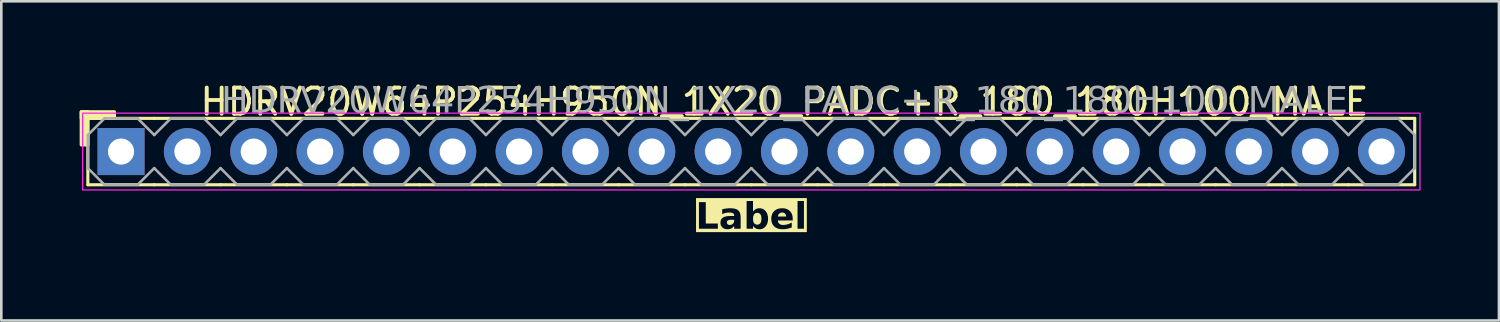
<source format=kicad_pcb>
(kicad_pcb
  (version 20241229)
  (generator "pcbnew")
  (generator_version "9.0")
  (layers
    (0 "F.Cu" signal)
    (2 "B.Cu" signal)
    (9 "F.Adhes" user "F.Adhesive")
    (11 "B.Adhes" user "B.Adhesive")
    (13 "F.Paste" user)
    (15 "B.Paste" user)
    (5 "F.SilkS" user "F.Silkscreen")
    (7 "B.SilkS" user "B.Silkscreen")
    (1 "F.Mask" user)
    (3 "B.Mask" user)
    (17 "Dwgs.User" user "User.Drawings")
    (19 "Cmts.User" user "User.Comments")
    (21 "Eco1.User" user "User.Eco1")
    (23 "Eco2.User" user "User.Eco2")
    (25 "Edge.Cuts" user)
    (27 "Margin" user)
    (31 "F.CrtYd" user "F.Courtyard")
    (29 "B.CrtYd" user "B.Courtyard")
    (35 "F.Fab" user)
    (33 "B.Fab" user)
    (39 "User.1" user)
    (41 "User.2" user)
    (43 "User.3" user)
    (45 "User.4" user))
  (footprint "HDRV20W64P254H950N_1X20_PADC+R_180_180H100_MALE"
    (layer "F.Cu")
    (at 25.714 2.753)
    (property "Reference" "HDRV20W64P254H950N_1X20_PADC+R_180_180H100_MALE" (at 1.27 -1.905 0) (layer "F.SilkS") (effects (font (size 1 1) (thickness 0.15))))
    (property "Label" "Label" (at 0 2.54 0) (layer "F.SilkS" knockout) (effects (font (face "Tahoma") (size 1 1) (thickness 0.2) (bold yes))))
    (attr through_hole)
    (fp_line (start -25.4 1.27) (end -25.4 -1.27) (stroke (width 0.12) (type solid)) (layer "F.SilkS"))
    (fp_line (start -22.86 -1.27) (end -25.4 -1.27) (stroke (width 0.12) (type solid)) (layer "F.SilkS"))
    (fp_line (start -22.86 1.27) (end -25.4 1.27) (stroke (width 0.12) (type solid)) (layer "F.SilkS"))
    (fp_line (start -20.32 -1.27) (end -22.86 -1.27) (stroke (width 0.12) (type solid)) (layer "F.SilkS"))
    (fp_line (start -20.32 1.27) (end -22.86 1.27) (stroke (width 0.12) (type solid)) (layer "F.SilkS"))
    (fp_line (start -17.78 -1.27) (end -20.32 -1.27) (stroke (width 0.12) (type solid)) (layer "F.SilkS"))
    (fp_line (start -17.78 1.27) (end -20.32 1.27) (stroke (width 0.12) (type solid)) (layer "F.SilkS"))
    (fp_line (start -15.24 -1.27) (end -17.78 -1.27) (stroke (width 0.12) (type solid)) (layer "F.SilkS"))
    (fp_line (start -15.24 1.27) (end -17.78 1.27) (stroke (width 0.12) (type solid)) (layer "F.SilkS"))
    (fp_line (start -12.7 -1.27) (end -15.24 -1.27) (stroke (width 0.12) (type solid)) (layer "F.SilkS"))
    (fp_line (start -12.7 1.27) (end -15.24 1.27) (stroke (width 0.12) (type solid)) (layer "F.SilkS"))
    (fp_line (start -10.16 -1.27) (end -12.7 -1.27) (stroke (width 0.12) (type solid)) (layer "F.SilkS"))
    (fp_line (start -10.16 1.27) (end -12.7 1.27) (stroke (width 0.12) (type solid)) (layer "F.SilkS"))
    (fp_line (start -7.62 -1.27) (end -10.16 -1.27) (stroke (width 0.12) (type solid)) (layer "F.SilkS"))
    (fp_line (start -7.62 1.27) (end -10.16 1.27) (stroke (width 0.12) (type solid)) (layer "F.SilkS"))
    (fp_line (start -5.08 -1.27) (end -7.62 -1.27) (stroke (width 0.12) (type solid)) (layer "F.SilkS"))
    (fp_line (start -5.08 1.27) (end -7.62 1.27) (stroke (width 0.12) (type solid)) (layer "F.SilkS"))
    (fp_line (start -2.54 -1.27) (end -5.08 -1.27) (stroke (width 0.12) (type solid)) (layer "F.SilkS"))
    (fp_line (start -2.54 1.27) (end -5.08 1.27) (stroke (width 0.12) (type solid)) (layer "F.SilkS"))
    (fp_line (start 0 -1.27) (end -2.54 -1.27) (stroke (width 0.12) (type solid)) (layer "F.SilkS"))
    (fp_line (start 0 1.27) (end -2.54 1.27) (stroke (width 0.12) (type solid)) (layer "F.SilkS"))
    (fp_line (start 2.54 -1.27) (end 0 -1.27) (stroke (width 0.12) (type solid)) (layer "F.SilkS"))
    (fp_line (start 2.54 1.27) (end 0 1.27) (stroke (width 0.12) (type solid)) (layer "F.SilkS"))
    (fp_line (start 5.08 -1.27) (end 2.54 -1.27) (stroke (width 0.12) (type solid)) (layer "F.SilkS"))
    (fp_line (start 5.08 1.27) (end 2.54 1.27) (stroke (width 0.12) (type solid)) (layer "F.SilkS"))
    (fp_line (start 7.62 -1.27) (end 5.08 -1.27) (stroke (width 0.12) (type solid)) (layer "F.SilkS"))
    (fp_line (start 7.62 1.27) (end 5.08 1.27) (stroke (width 0.12) (type solid)) (layer "F.SilkS"))
    (fp_line (start 10.16 -1.27) (end 7.62 -1.27) (stroke (width 0.12) (type solid)) (layer "F.SilkS"))
    (fp_line (start 10.16 1.27) (end 7.62 1.27) (stroke (width 0.12) (type solid)) (layer "F.SilkS"))
    (fp_line (start 12.7 -1.27) (end 10.16 -1.27) (stroke (width 0.12) (type solid)) (layer "F.SilkS"))
    (fp_line (start 12.7 1.27) (end 10.16 1.27) (stroke (width 0.12) (type solid)) (layer "F.SilkS"))
    (fp_line (start 15.24 -1.27) (end 12.7 -1.27) (stroke (width 0.12) (type solid)) (layer "F.SilkS"))
    (fp_line (start 15.24 1.27) (end 12.7 1.27) (stroke (width 0.12) (type solid)) (layer "F.SilkS"))
    (fp_line (start 17.78 -1.27) (end 15.24 -1.27) (stroke (width 0.12) (type solid)) (layer "F.SilkS"))
    (fp_line (start 17.78 1.27) (end 15.24 1.27) (stroke (width 0.12) (type solid)) (layer "F.SilkS"))
    (fp_line (start 20.32 -1.27) (end 17.78 -1.27) (stroke (width 0.12) (type solid)) (layer "F.SilkS"))
    (fp_line (start 20.32 1.27) (end 17.78 1.27) (stroke (width 0.12) (type solid)) (layer "F.SilkS"))
    (fp_line (start 22.86 -1.27) (end 20.32 -1.27) (stroke (width 0.12) (type solid)) (layer "F.SilkS"))
    (fp_line (start 22.86 1.27) (end 20.32 1.27) (stroke (width 0.12) (type solid)) (layer "F.SilkS"))
    (fp_line (start 25.4 -1.27) (end 22.86 -1.27) (stroke (width 0.12) (type solid)) (layer "F.SilkS"))
    (fp_line (start 25.4 1.27) (end 22.86 1.27) (stroke (width 0.12) (type solid)) (layer "F.SilkS"))
    (fp_line (start 25.4 1.27) (end 25.4 -1.27) (stroke (width 0.12) (type solid)) (layer "F.SilkS"))
    (fp_rect (start -25.654 -0.254) (end -25.4 -1.524) (stroke (width 0.12) (type solid)) (fill yes) (layer "F.SilkS"))
    (fp_rect (start -24.384 -1.27) (end -25.654 -1.524) (stroke (width 0.12) (type solid)) (fill yes) (layer "F.SilkS"))
    (fp_rect (start -25.6 -1.47) (end 25.6 1.47) (stroke (width 0.05) (type default)) (fill no) (layer "F.CrtYd"))
    (fp_line (start -25.4 -0.635) (end -25.4 0.635) (stroke (width 0.1) (type solid)) (layer "F.Fab"))
    (fp_line (start -25.4 -0.635) (end -24.765 -1.27) (stroke (width 0.1) (type solid)) (layer "F.Fab"))
    (fp_line (start -24.765 -1.27) (end -23.495 -1.27) (stroke (width 0.1) (type solid)) (layer "F.Fab"))
    (fp_line (start -24.765 1.27) (end -25.4 0.635) (stroke (width 0.1) (type solid)) (layer "F.Fab"))
    (fp_line (start -23.495 -1.27) (end -22.86 -0.635) (stroke (width 0.1) (type solid)) (layer "F.Fab"))
    (fp_line (start -23.495 1.27) (end -24.765 1.27) (stroke (width 0.1) (type solid)) (layer "F.Fab"))
    (fp_line (start -22.86 -0.635) (end -22.225 -1.27) (stroke (width 0.1) (type solid)) (layer "F.Fab"))
    (fp_line (start -22.86 0.635) (end -23.495 1.27) (stroke (width 0.1) (type solid)) (layer "F.Fab"))
    (fp_line (start -22.225 -1.27) (end -20.955 -1.27) (stroke (width 0.1) (type solid)) (layer "F.Fab"))
    (fp_line (start -22.225 1.27) (end -22.86 0.635) (stroke (width 0.1) (type solid)) (layer "F.Fab"))
    (fp_line (start -20.955 -1.27) (end -20.32 -0.635) (stroke (width 0.1) (type solid)) (layer "F.Fab"))
    (fp_line (start -20.955 1.27) (end -22.225 1.27) (stroke (width 0.1) (type solid)) (layer "F.Fab"))
    (fp_line (start -20.32 -0.635) (end -19.685 -1.27) (stroke (width 0.1) (type solid)) (layer "F.Fab"))
    (fp_line (start -20.32 0.635) (end -20.955 1.27) (stroke (width 0.1) (type solid)) (layer "F.Fab"))
    (fp_line (start -19.685 -1.27) (end -18.415 -1.27) (stroke (width 0.1) (type solid)) (layer "F.Fab"))
    (fp_line (start -19.685 1.27) (end -20.32 0.635) (stroke (width 0.1) (type solid)) (layer "F.Fab"))
    (fp_line (start -18.415 -1.27) (end -17.78 -0.635) (stroke (width 0.1) (type solid)) (layer "F.Fab"))
    (fp_line (start -18.415 1.27) (end -19.685 1.27) (stroke (width 0.1) (type solid)) (layer "F.Fab"))
    (fp_line (start -17.78 -0.635) (end -17.145 -1.27) (stroke (width 0.1) (type solid)) (layer "F.Fab"))
    (fp_line (start -17.78 0.635) (end -18.415 1.27) (stroke (width 0.1) (type solid)) (layer "F.Fab"))
    (fp_line (start -17.145 -1.27) (end -15.875 -1.27) (stroke (width 0.1) (type solid)) (layer "F.Fab"))
    (fp_line (start -17.145 1.27) (end -17.78 0.635) (stroke (width 0.1) (type solid)) (layer "F.Fab"))
    (fp_line (start -15.875 -1.27) (end -15.24 -0.635) (stroke (width 0.1) (type solid)) (layer "F.Fab"))
    (fp_line (start -15.875 1.27) (end -17.145 1.27) (stroke (width 0.1) (type solid)) (layer "F.Fab"))
    (fp_line (start -15.24 -0.635) (end -14.605 -1.27) (stroke (width 0.1) (type solid)) (layer "F.Fab"))
    (fp_line (start -15.24 0.635) (end -15.875 1.27) (stroke (width 0.1) (type solid)) (layer "F.Fab"))
    (fp_line (start -14.605 -1.27) (end -13.335 -1.27) (stroke (width 0.1) (type solid)) (layer "F.Fab"))
    (fp_line (start -14.605 1.27) (end -15.24 0.635) (stroke (width 0.1) (type solid)) (layer "F.Fab"))
    (fp_line (start -13.335 -1.27) (end -12.7 -0.635) (stroke (width 0.1) (type solid)) (layer "F.Fab"))
    (fp_line (start -13.335 1.27) (end -14.605 1.27) (stroke (width 0.1) (type solid)) (layer "F.Fab"))
    (fp_line (start -12.7 -0.635) (end -12.065 -1.27) (stroke (width 0.1) (type solid)) (layer "F.Fab"))
    (fp_line (start -12.7 0.635) (end -13.335 1.27) (stroke (width 0.1) (type solid)) (layer "F.Fab"))
    (fp_line (start -12.065 -1.27) (end -10.795 -1.27) (stroke (width 0.1) (type solid)) (layer "F.Fab"))
    (fp_line (start -12.065 1.27) (end -12.7 0.635) (stroke (width 0.1) (type solid)) (layer "F.Fab"))
    (fp_line (start -10.795 -1.27) (end -10.16 -0.635) (stroke (width 0.1) (type solid)) (layer "F.Fab"))
    (fp_line (start -10.795 1.27) (end -12.065 1.27) (stroke (width 0.1) (type solid)) (layer "F.Fab"))
    (fp_line (start -10.16 -0.635) (end -9.525 -1.27) (stroke (width 0.1) (type solid)) (layer "F.Fab"))
    (fp_line (start -10.16 0.635) (end -10.795 1.27) (stroke (width 0.1) (type solid)) (layer "F.Fab"))
    (fp_line (start -9.525 -1.27) (end -8.255 -1.27) (stroke (width 0.1) (type solid)) (layer "F.Fab"))
    (fp_line (start -9.525 1.27) (end -10.16 0.635) (stroke (width 0.1) (type solid)) (layer "F.Fab"))
    (fp_line (start -8.255 -1.27) (end -7.62 -0.635) (stroke (width 0.1) (type solid)) (layer "F.Fab"))
    (fp_line (start -8.255 1.27) (end -9.525 1.27) (stroke (width 0.1) (type solid)) (layer "F.Fab"))
    (fp_line (start -7.62 -0.635) (end -6.985 -1.27) (stroke (width 0.1) (type solid)) (layer "F.Fab"))
    (fp_line (start -7.62 0.635) (end -8.255 1.27) (stroke (width 0.1) (type solid)) (layer "F.Fab"))
    (fp_line (start -6.985 -1.27) (end -5.715 -1.27) (stroke (width 0.1) (type solid)) (layer "F.Fab"))
    (fp_line (start -6.985 1.27) (end -7.62 0.635) (stroke (width 0.1) (type solid)) (layer "F.Fab"))
    (fp_line (start -5.715 -1.27) (end -5.08 -0.635) (stroke (width 0.1) (type solid)) (layer "F.Fab"))
    (fp_line (start -5.715 1.27) (end -6.985 1.27) (stroke (width 0.1) (type solid)) (layer "F.Fab"))
    (fp_line (start -5.08 -0.635) (end -4.445 -1.27) (stroke (width 0.1) (type solid)) (layer "F.Fab"))
    (fp_line (start -5.08 0.635) (end -5.715 1.27) (stroke (width 0.1) (type solid)) (layer "F.Fab"))
    (fp_line (start -4.445 -1.27) (end -3.175 -1.27) (stroke (width 0.1) (type solid)) (layer "F.Fab"))
    (fp_line (start -4.445 1.27) (end -5.08 0.635) (stroke (width 0.1) (type solid)) (layer "F.Fab"))
    (fp_line (start -3.175 -1.27) (end -2.54 -0.635) (stroke (width 0.1) (type solid)) (layer "F.Fab"))
    (fp_line (start -3.175 1.27) (end -4.445 1.27) (stroke (width 0.1) (type solid)) (layer "F.Fab"))
    (fp_line (start -2.54 -0.635) (end -1.905 -1.27) (stroke (width 0.1) (type solid)) (layer "F.Fab"))
    (fp_line (start -2.54 0.635) (end -3.175 1.27) (stroke (width 0.1) (type solid)) (layer "F.Fab"))
    (fp_line (start -1.905 -1.27) (end -0.635 -1.27) (stroke (width 0.1) (type solid)) (layer "F.Fab"))
    (fp_line (start -1.905 1.27) (end -2.54 0.635) (stroke (width 0.1) (type solid)) (layer "F.Fab"))
    (fp_line (start -0.635 -1.27) (end 0 -0.635) (stroke (width 0.1) (type solid)) (layer "F.Fab"))
    (fp_line (start -0.635 1.27) (end -1.905 1.27) (stroke (width 0.1) (type solid)) (layer "F.Fab"))
    (fp_line (start 0 -0.635) (end 0.635 -1.27) (stroke (width 0.1) (type solid)) (layer "F.Fab"))
    (fp_line (start 0 0.635) (end -0.635 1.27) (stroke (width 0.1) (type solid)) (layer "F.Fab"))
    (fp_line (start 0.635 -1.27) (end 1.905 -1.27) (stroke (width 0.1) (type solid)) (layer "F.Fab"))
    (fp_line (start 0.635 1.27) (end 0 0.635) (stroke (width 0.1) (type solid)) (layer "F.Fab"))
    (fp_line (start 1.905 -1.27) (end 2.54 -0.635) (stroke (width 0.1) (type solid)) (layer "F.Fab"))
    (fp_line (start 1.905 1.27) (end 0.635 1.27) (stroke (width 0.1) (type solid)) (layer "F.Fab"))
    (fp_line (start 2.54 -0.635) (end 3.175 -1.27) (stroke (width 0.1) (type solid)) (layer "F.Fab"))
    (fp_line (start 2.54 0.635) (end 1.905 1.27) (stroke (width 0.1) (type solid)) (layer "F.Fab"))
    (fp_line (start 3.175 -1.27) (end 4.445 -1.27) (stroke (width 0.1) (type solid)) (layer "F.Fab"))
    (fp_line (start 3.175 1.27) (end 2.54 0.635) (stroke (width 0.1) (type solid)) (layer "F.Fab"))
    (fp_line (start 4.445 -1.27) (end 5.08 -0.635) (stroke (width 0.1) (type solid)) (layer "F.Fab"))
    (fp_line (start 4.445 1.27) (end 3.175 1.27) (stroke (width 0.1) (type solid)) (layer "F.Fab"))
    (fp_line (start 5.08 -0.635) (end 5.715 -1.27) (stroke (width 0.1) (type solid)) (layer "F.Fab"))
    (fp_line (start 5.08 0.635) (end 4.445 1.27) (stroke (width 0.1) (type solid)) (layer "F.Fab"))
    (fp_line (start 5.715 -1.27) (end 6.985 -1.27) (stroke (width 0.1) (type solid)) (layer "F.Fab"))
    (fp_line (start 5.715 1.27) (end 5.08 0.635) (stroke (width 0.1) (type solid)) (layer "F.Fab"))
    (fp_line (start 6.985 -1.27) (end 7.62 -0.635) (stroke (width 0.1) (type solid)) (layer "F.Fab"))
    (fp_line (start 6.985 1.27) (end 5.715 1.27) (stroke (width 0.1) (type solid)) (layer "F.Fab"))
    (fp_line (start 7.62 -0.635) (end 8.255 -1.27) (stroke (width 0.1) (type solid)) (layer "F.Fab"))
    (fp_line (start 7.62 0.635) (end 6.985 1.27) (stroke (width 0.1) (type solid)) (layer "F.Fab"))
    (fp_line (start 8.255 -1.27) (end 9.525 -1.27) (stroke (width 0.1) (type solid)) (layer "F.Fab"))
    (fp_line (start 8.255 1.27) (end 7.62 0.635) (stroke (width 0.1) (type solid)) (layer "F.Fab"))
    (fp_line (start 9.525 -1.27) (end 10.16 -0.635) (stroke (width 0.1) (type solid)) (layer "F.Fab"))
    (fp_line (start 9.525 1.27) (end 8.255 1.27) (stroke (width 0.1) (type solid)) (layer "F.Fab"))
    (fp_line (start 10.16 -0.635) (end 10.795 -1.27) (stroke (width 0.1) (type solid)) (layer "F.Fab"))
    (fp_line (start 10.16 0.635) (end 9.525 1.27) (stroke (width 0.1) (type solid)) (layer "F.Fab"))
    (fp_line (start 10.795 -1.27) (end 12.065 -1.27) (stroke (width 0.1) (type solid)) (layer "F.Fab"))
    (fp_line (start 10.795 1.27) (end 10.16 0.635) (stroke (width 0.1) (type solid)) (layer "F.Fab"))
    (fp_line (start 12.065 -1.27) (end 12.7 -0.635) (stroke (width 0.1) (type solid)) (layer "F.Fab"))
    (fp_line (start 12.065 1.27) (end 10.795 1.27) (stroke (width 0.1) (type solid)) (layer "F.Fab"))
    (fp_line (start 12.7 -0.635) (end 13.335 -1.27) (stroke (width 0.1) (type solid)) (layer "F.Fab"))
    (fp_line (start 12.7 0.635) (end 12.065 1.27) (stroke (width 0.1) (type solid)) (layer "F.Fab"))
    (fp_line (start 13.335 -1.27) (end 14.605 -1.27) (stroke (width 0.1) (type solid)) (layer "F.Fab"))
    (fp_line (start 13.335 1.27) (end 12.7 0.635) (stroke (width 0.1) (type solid)) (layer "F.Fab"))
    (fp_line (start 14.605 -1.27) (end 15.24 -0.635) (stroke (width 0.1) (type solid)) (layer "F.Fab"))
    (fp_line (start 14.605 1.27) (end 13.335 1.27) (stroke (width 0.1) (type solid)) (layer "F.Fab"))
    (fp_line (start 15.24 -0.635) (end 15.875 -1.27) (stroke (width 0.1) (type solid)) (layer "F.Fab"))
    (fp_line (start 15.24 0.635) (end 14.605 1.27) (stroke (width 0.1) (type solid)) (layer "F.Fab"))
    (fp_line (start 15.875 -1.27) (end 17.145 -1.27) (stroke (width 0.1) (type solid)) (layer "F.Fab"))
    (fp_line (start 15.875 1.27) (end 15.24 0.635) (stroke (width 0.1) (type solid)) (layer "F.Fab"))
    (fp_line (start 17.145 -1.27) (end 17.78 -0.635) (stroke (width 0.1) (type solid)) (layer "F.Fab"))
    (fp_line (start 17.145 1.27) (end 15.875 1.27) (stroke (width 0.1) (type solid)) (layer "F.Fab"))
    (fp_line (start 17.78 -0.635) (end 18.415 -1.27) (stroke (width 0.1) (type solid)) (layer "F.Fab"))
    (fp_line (start 17.78 0.635) (end 17.145 1.27) (stroke (width 0.1) (type solid)) (layer "F.Fab"))
    (fp_line (start 18.415 -1.27) (end 19.685 -1.27) (stroke (width 0.1) (type solid)) (layer "F.Fab"))
    (fp_line (start 18.415 1.27) (end 17.78 0.635) (stroke (width 0.1) (type solid)) (layer "F.Fab"))
    (fp_line (start 19.685 -1.27) (end 20.32 -0.635) (stroke (width 0.1) (type solid)) (layer "F.Fab"))
    (fp_line (start 19.685 1.27) (end 18.415 1.27) (stroke (width 0.1) (type solid)) (layer "F.Fab"))
    (fp_line (start 20.32 -0.635) (end 20.955 -1.27) (stroke (width 0.1) (type solid)) (layer "F.Fab"))
    (fp_line (start 20.32 0.635) (end 19.685 1.27) (stroke (width 0.1) (type solid)) (layer "F.Fab"))
    (fp_line (start 20.955 -1.27) (end 22.225 -1.27) (stroke (width 0.1) (type solid)) (layer "F.Fab"))
    (fp_line (start 20.955 1.27) (end 20.32 0.635) (stroke (width 0.1) (type solid)) (layer "F.Fab"))
    (fp_line (start 22.225 -1.27) (end 22.86 -0.635) (stroke (width 0.1) (type solid)) (layer "F.Fab"))
    (fp_line (start 22.225 1.27) (end 20.955 1.27) (stroke (width 0.1) (type solid)) (layer "F.Fab"))
    (fp_line (start 22.86 -0.635) (end 23.495 -1.27) (stroke (width 0.1) (type solid)) (layer "F.Fab"))
    (fp_line (start 22.86 0.635) (end 22.225 1.27) (stroke (width 0.1) (type solid)) (layer "F.Fab"))
    (fp_line (start 23.495 -1.27) (end 24.765 -1.27) (stroke (width 0.1) (type solid)) (layer "F.Fab"))
    (fp_line (start 23.495 1.27) (end 22.86 0.635) (stroke (width 0.1) (type solid)) (layer "F.Fab"))
    (fp_line (start 24.765 -1.27) (end 25.4 -0.635) (stroke (width 0.1) (type solid)) (layer "F.Fab"))
    (fp_line (start 24.765 1.27) (end 23.495 1.27) (stroke (width 0.1) (type solid)) (layer "F.Fab"))
    (fp_line (start 25.4 -0.635) (end 25.4 0.635) (stroke (width 0.1) (type solid)) (layer "F.Fab"))
    (fp_line (start 25.4 0.635) (end 24.765 1.27) (stroke (width 0.1) (type solid)) (layer "F.Fab"))
    (fp_rect (start -23.876 -0.254) (end -24.384 0.254) (stroke (width 0.1) (type solid)) (fill no) (layer "F.Fab"))
    (fp_rect (start -21.336 -0.254) (end -21.844 0.254) (stroke (width 0.1) (type solid)) (fill no) (layer "F.Fab"))
    (fp_rect (start -18.796 -0.254) (end -19.304 0.254) (stroke (width 0.1) (type solid)) (fill no) (layer "F.Fab"))
    (fp_rect (start -16.256 -0.254) (end -16.764 0.254) (stroke (width 0.1) (type solid)) (fill no) (layer "F.Fab"))
    (fp_rect (start -13.716 -0.254) (end -14.224 0.254) (stroke (width 0.1) (type solid)) (fill no) (layer "F.Fab"))
    (fp_rect (start -11.176 -0.254) (end -11.684 0.254) (stroke (width 0.1) (type solid)) (fill no) (layer "F.Fab"))
    (fp_rect (start -8.636 -0.254) (end -9.144 0.254) (stroke (width 0.1) (type solid)) (fill no) (layer "F.Fab"))
    (fp_rect (start -6.096 -0.254) (end -6.604 0.254) (stroke (width 0.1) (type solid)) (fill no) (layer "F.Fab"))
    (fp_rect (start -3.556 -0.254) (end -4.064 0.254) (stroke (width 0.1) (type solid)) (fill no) (layer "F.Fab"))
    (fp_rect (start -1.016 -0.254) (end -1.524 0.254) (stroke (width 0.1) (type solid)) (fill no) (layer "F.Fab"))
    (fp_rect (start 1.524 -0.254) (end 1.016 0.254) (stroke (width 0.1) (type solid)) (fill no) (layer "F.Fab"))
    (fp_rect (start 4.064 -0.254) (end 3.556 0.254) (stroke (width 0.1) (type solid)) (fill no) (layer "F.Fab"))
    (fp_rect (start 6.604 -0.254) (end 6.096 0.254) (stroke (width 0.1) (type solid)) (fill no) (layer "F.Fab"))
    (fp_rect (start 9.144 -0.254) (end 8.636 0.254) (stroke (width 0.1) (type solid)) (fill no) (layer "F.Fab"))
    (fp_rect (start 11.684 -0.254) (end 11.176 0.254) (stroke (width 0.1) (type solid)) (fill no) (layer "F.Fab"))
    (fp_rect (start 14.224 -0.254) (end 13.716 0.254) (stroke (width 0.1) (type solid)) (fill no) (layer "F.Fab"))
    (fp_rect (start 16.764 -0.254) (end 16.256 0.254) (stroke (width 0.1) (type solid)) (fill no) (layer "F.Fab"))
    (fp_rect (start 19.304 -0.254) (end 18.796 0.254) (stroke (width 0.1) (type solid)) (fill no) (layer "F.Fab"))
    (fp_rect (start 21.844 -0.254) (end 21.336 0.254) (stroke (width 0.1) (type solid)) (fill no) (layer "F.Fab"))
    (fp_rect (start 24.384 -0.254) (end 23.876 0.254) (stroke (width 0.1) (type solid)) (fill no) (layer "F.Fab"))
    (fp_text user "${REFERENCE}" (at 1.27 -1.905 0) (layer "F.Fab") (effects (font (face "Tahoma") (size 1 1) (thickness 0.15))))
    (pad "1" thru_hole rect (at -24.13 0) (size 1.8 1.8) (drill 1) (layers "*.Cu" "*.Mask"))
    (pad "2" thru_hole circle (at -21.59 0) (size 1.8 1.8) (drill 1) (layers "*.Cu" "*.Mask"))
    (pad "3" thru_hole circle (at -19.05 0) (size 1.8 1.8) (drill 1) (layers "*.Cu" "*.Mask"))
    (pad "4" thru_hole circle (at -16.51 0) (size 1.8 1.8) (drill 1) (layers "*.Cu" "*.Mask"))
    (pad "5" thru_hole circle (at -13.97 0) (size 1.8 1.8) (drill 1) (layers "*.Cu" "*.Mask"))
    (pad "6" thru_hole circle (at -11.43 0) (size 1.8 1.8) (drill 1) (layers "*.Cu" "*.Mask"))
    (pad "7" thru_hole circle (at -8.89 0) (size 1.8 1.8) (drill 1) (layers "*.Cu" "*.Mask"))
    (pad "8" thru_hole circle (at -6.35 0) (size 1.8 1.8) (drill 1) (layers "*.Cu" "*.Mask"))
    (pad "9" thru_hole circle (at -3.81 0) (size 1.8 1.8) (drill 1) (layers "*.Cu" "*.Mask"))
    (pad "10" thru_hole circle (at -1.27 0) (size 1.8 1.8) (drill 1) (layers "*.Cu" "*.Mask"))
    (pad "11" thru_hole circle (at 1.27 0) (size 1.8 1.8) (drill 1) (layers "*.Cu" "*.Mask"))
    (pad "12" thru_hole circle (at 3.81 0) (size 1.8 1.8) (drill 1) (layers "*.Cu" "*.Mask"))
    (pad "13" thru_hole circle (at 6.35 0) (size 1.8 1.8) (drill 1) (layers "*.Cu" "*.Mask"))
    (pad "14" thru_hole circle (at 8.89 0) (size 1.8 1.8) (drill 1) (layers "*.Cu" "*.Mask"))
    (pad "15" thru_hole circle (at 11.43 0) (size 1.8 1.8) (drill 1) (layers "*.Cu" "*.Mask"))
    (pad "16" thru_hole circle (at 13.97 0) (size 1.8 1.8) (drill 1) (layers "*.Cu" "*.Mask"))
    (pad "17" thru_hole circle (at 16.51 0) (size 1.8 1.8) (drill 1) (layers "*.Cu" "*.Mask"))
    (pad "18" thru_hole circle (at 19.05 0) (size 1.8 1.8) (drill 1) (layers "*.Cu" "*.Mask"))
    (pad "19" thru_hole circle (at 21.59 0) (size 1.8 1.8) (drill 1) (layers "*.Cu" "*.Mask"))
    (pad "20" thru_hole circle (at 24.13 0) (size 1.8 1.8) (drill 1) (layers "*.Cu" "*.Mask")))
  (gr_rect
    (start -3 -3)
    (end 54.339 9.221)
    (stroke (width 0.1) (type default))
    (fill no)
    (layer "Edge.Cuts")))
</source>
